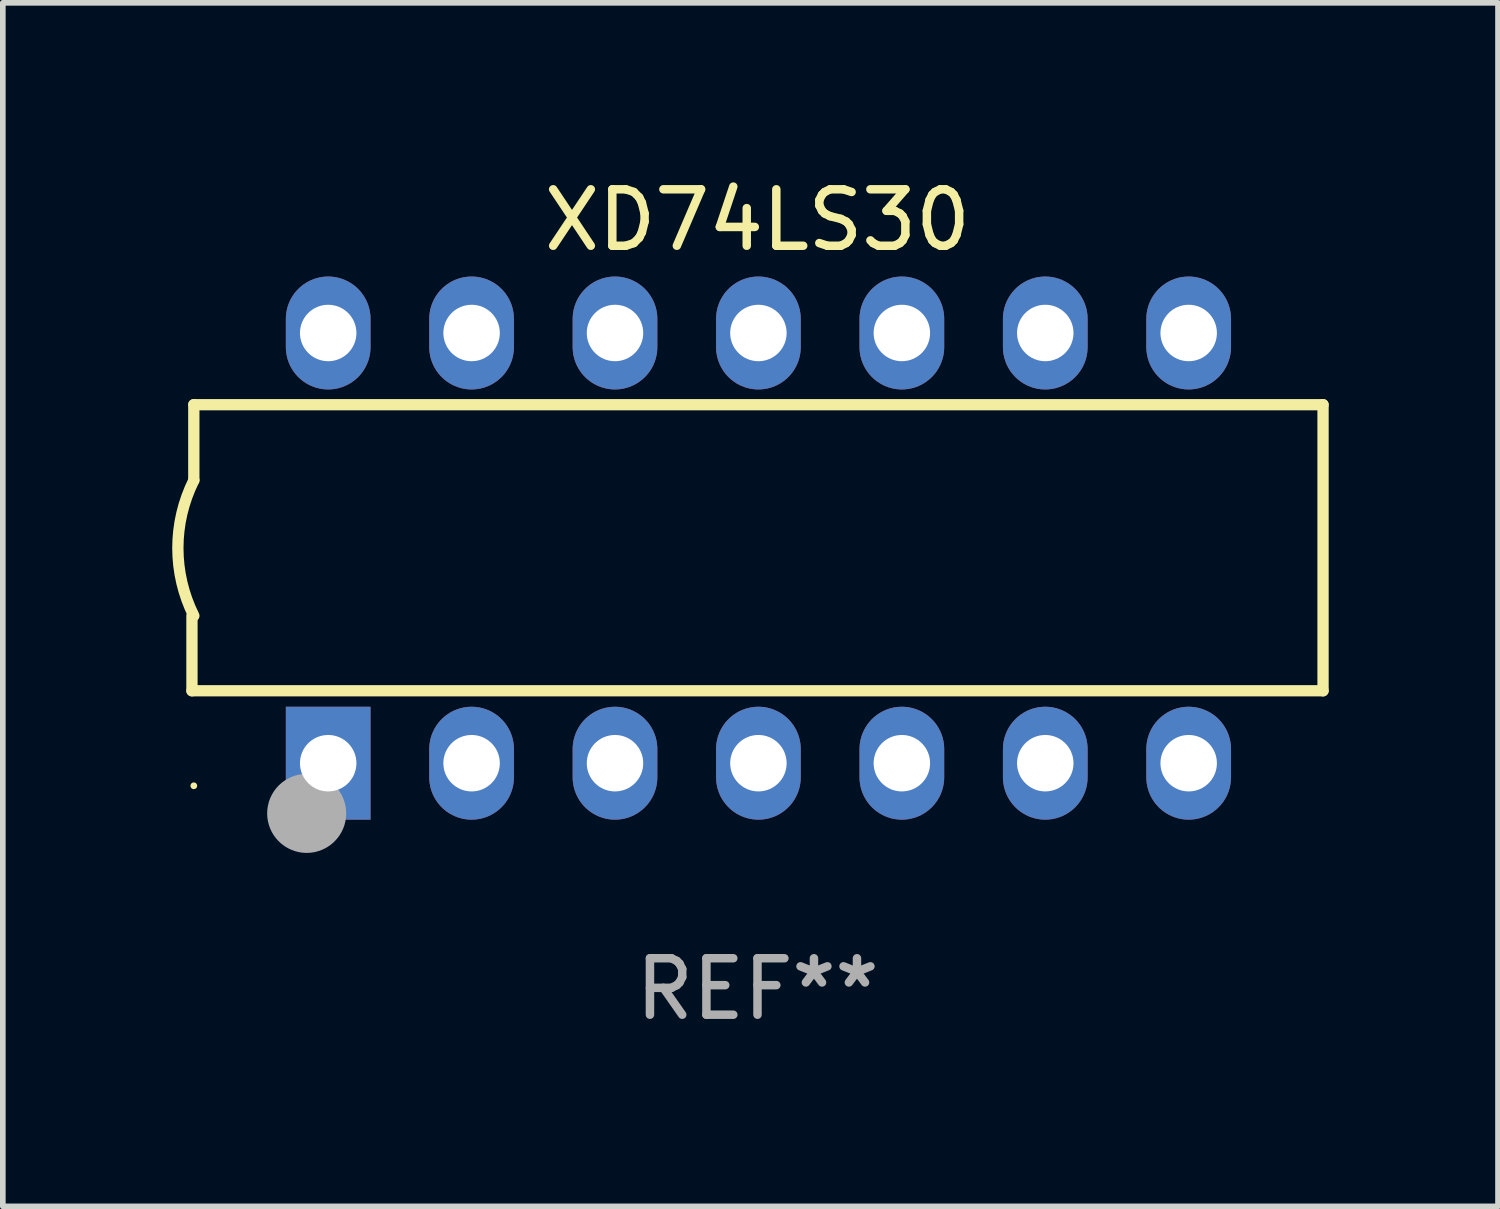
<source format=kicad_pcb>
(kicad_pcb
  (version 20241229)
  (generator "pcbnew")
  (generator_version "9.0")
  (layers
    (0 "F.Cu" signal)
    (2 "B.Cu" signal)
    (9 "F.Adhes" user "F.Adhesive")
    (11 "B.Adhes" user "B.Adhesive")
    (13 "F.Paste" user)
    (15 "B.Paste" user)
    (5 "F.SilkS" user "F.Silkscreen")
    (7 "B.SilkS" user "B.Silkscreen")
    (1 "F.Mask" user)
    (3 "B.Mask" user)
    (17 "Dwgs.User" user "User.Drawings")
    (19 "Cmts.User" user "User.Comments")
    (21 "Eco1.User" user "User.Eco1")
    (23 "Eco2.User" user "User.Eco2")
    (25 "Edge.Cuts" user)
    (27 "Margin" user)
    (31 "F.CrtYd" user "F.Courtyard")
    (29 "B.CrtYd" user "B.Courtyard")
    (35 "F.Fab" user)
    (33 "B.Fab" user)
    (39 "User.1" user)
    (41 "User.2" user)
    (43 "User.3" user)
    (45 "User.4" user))
  (footprint "XD74LS30"
    (layer "F.Cu")
    (at 10.367 6.658)
    (property "Reference" "XD74LS30" (at 0 -5.81 0) (layer "F.SilkS") (effects (font (size 1 1) (thickness 0.15))))
    (attr through_hole)
    (fp_line (start -10.017 2.527) (end -10.017 1.199) (stroke (width 0.2) (type solid)) (layer "F.SilkS"))
    (fp_line (start -9.984 -2.54) (end 10.017 -2.54) (stroke (width 0.2) (type solid)) (layer "F.SilkS"))
    (fp_line (start -9.984 -1.2) (end -9.984 -2.54) (stroke (width 0.2) (type solid)) (layer "F.SilkS"))
    (fp_line (start 10.017 -2.54) (end 10.017 2.527) (stroke (width 0.2) (type solid)) (layer "F.SilkS"))
    (fp_line (start 10.017 2.527) (end -10.017 2.527) (stroke (width 0.2) (type solid)) (layer "F.SilkS"))
    (fp_arc (start -9.983503 1.198882) (mid -10.266661 -0.000556) (end -9.983528 -1.2) (stroke (width 0.2) (type solid)) (layer "F.SilkS"))
    (fp_circle (center -9.984 4.21) (end -9.954 4.21) (stroke (width 0.06) (type solid)) (fill no) (layer "F.SilkS"))
    (fp_circle (center -7.985 4.699) (end -7.635 4.699) (stroke (width 0.7) (type solid)) (fill no) (layer "F.Fab"))
    (fp_text user "REF**" (at 0 7.81 0) (layer "F.Fab") (effects (font (size 1 1) (thickness 0.15))))
    (pad "1" thru_hole rect (at -7.604 3.81 90) (size 2 1.5) (drill 1) (layers "*.Cu" "*.Mask"))
    (pad "2" thru_hole oval (at -5.064 3.81 90) (size 2 1.5) (drill 1) (layers "*.Cu" "*.Mask"))
    (pad "3" thru_hole oval (at -2.524 3.81 90) (size 2 1.5) (drill 1) (layers "*.Cu" "*.Mask"))
    (pad "4" thru_hole oval (at 0.016 3.81 90) (size 2 1.5) (drill 1) (layers "*.Cu" "*.Mask"))
    (pad "5" thru_hole oval (at 2.557 3.81 90) (size 2 1.5) (drill 1) (layers "*.Cu" "*.Mask"))
    (pad "6" thru_hole oval (at 5.097 3.81 90) (size 2 1.5) (drill 1) (layers "*.Cu" "*.Mask"))
    (pad "7" thru_hole oval (at 7.637 3.81 90) (size 2 1.5) (drill 1) (layers "*.Cu" "*.Mask"))
    (pad "8" thru_hole oval (at 7.637 -3.81 90) (size 2 1.5) (drill 1) (layers "*.Cu" "*.Mask"))
    (pad "9" thru_hole oval (at 5.097 -3.81 90) (size 2 1.5) (drill 1) (layers "*.Cu" "*.Mask"))
    (pad "10" thru_hole oval (at 2.557 -3.81 90) (size 2 1.5) (drill 1) (layers "*.Cu" "*.Mask"))
    (pad "11" thru_hole oval (at 0.016 -3.81 90) (size 2 1.5) (drill 1) (layers "*.Cu" "*.Mask"))
    (pad "12" thru_hole oval (at -2.524 -3.81 90) (size 2 1.5) (drill 1) (layers "*.Cu" "*.Mask"))
    (pad "13" thru_hole oval (at -5.064 -3.81 90) (size 2 1.5) (drill 1) (layers "*.Cu" "*.Mask"))
    (pad "14" thru_hole oval (at -7.604 -3.81 90) (size 2 1.5) (drill 1) (layers "*.Cu" "*.Mask")))
  (gr_rect
    (start -3 -3)
    (end 23.483 18.317)
    (stroke (width 0.1) (type default))
    (fill no)
    (layer "Edge.Cuts")))
</source>
